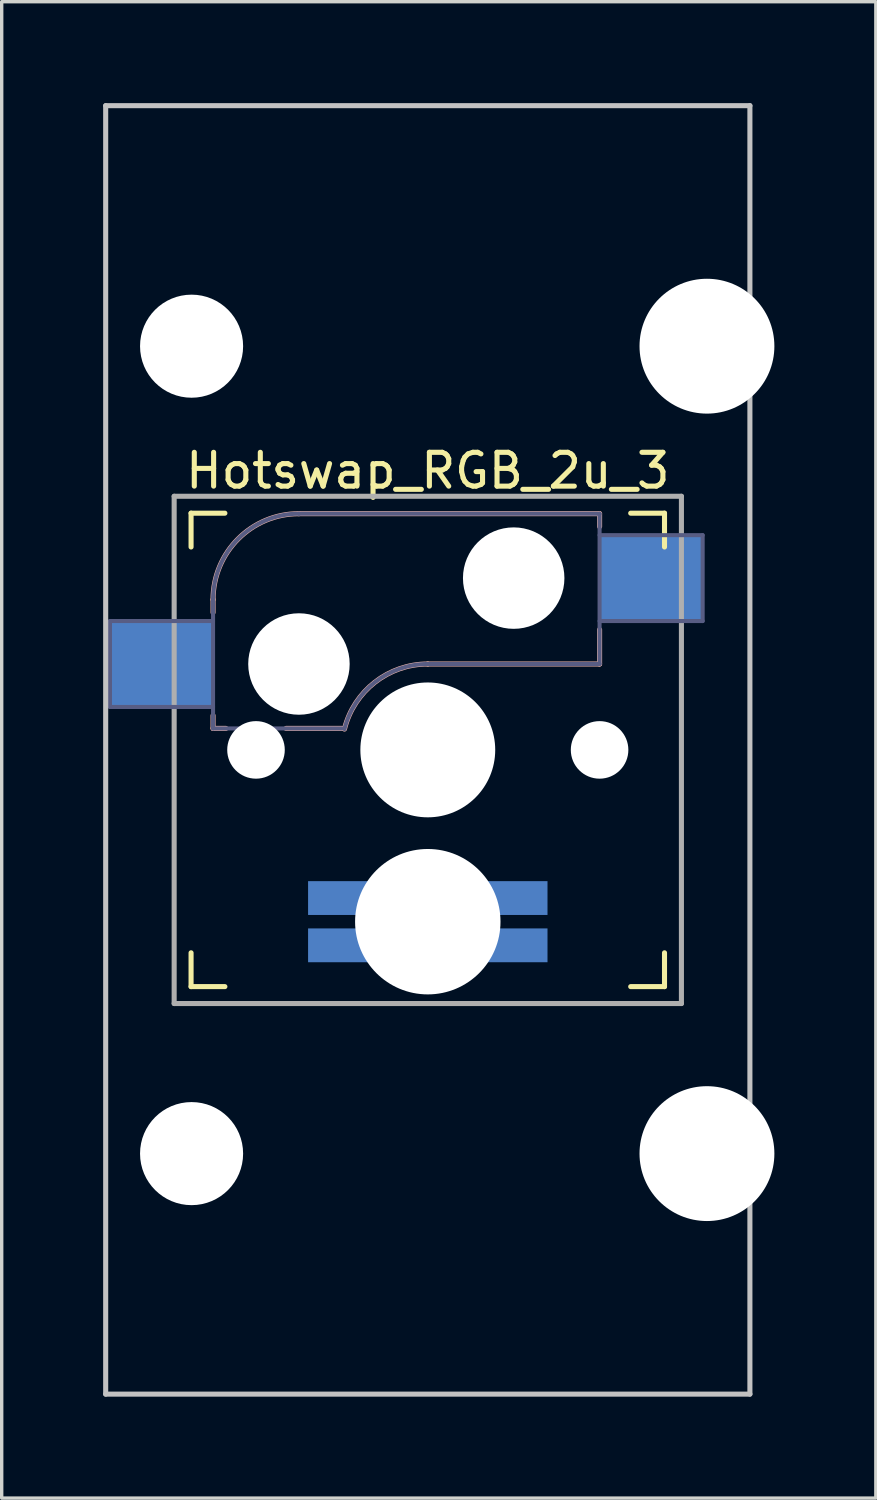
<source format=kicad_pcb>
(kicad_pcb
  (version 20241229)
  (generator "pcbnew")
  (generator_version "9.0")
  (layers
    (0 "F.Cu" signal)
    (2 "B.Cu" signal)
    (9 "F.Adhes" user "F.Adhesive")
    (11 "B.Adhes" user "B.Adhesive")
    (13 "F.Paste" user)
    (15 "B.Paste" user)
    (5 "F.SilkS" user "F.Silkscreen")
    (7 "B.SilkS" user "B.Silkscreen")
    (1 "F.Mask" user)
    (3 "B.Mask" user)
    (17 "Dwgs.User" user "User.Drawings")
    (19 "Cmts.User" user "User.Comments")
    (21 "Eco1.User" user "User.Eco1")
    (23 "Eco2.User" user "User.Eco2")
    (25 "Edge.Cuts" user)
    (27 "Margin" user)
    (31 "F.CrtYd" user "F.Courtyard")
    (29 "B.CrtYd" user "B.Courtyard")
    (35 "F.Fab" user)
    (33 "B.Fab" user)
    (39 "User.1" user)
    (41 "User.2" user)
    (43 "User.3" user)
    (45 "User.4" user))
  (footprint "Hotswap_RGB_2u_3"
    (layer "F.Cu")
    (at 9.6 19.125)
    (property "Reference" "Hotswap_RGB_2u_3" (at 0 -8.255 0) (layer "F.SilkS") (effects (font (size 1 1) (thickness 0.15))))
    (attr through_hole)
    (fp_line (start -7 -6) (end -7 -7) (stroke (width 0.15) (type solid)) (layer "F.SilkS"))
    (fp_line (start -7 7) (end -7 6) (stroke (width 0.15) (type solid)) (layer "F.SilkS"))
    (fp_line (start -7 7) (end -6 7) (stroke (width 0.15) (type solid)) (layer "F.SilkS"))
    (fp_line (start -6 -7) (end -7 -7) (stroke (width 0.15) (type solid)) (layer "F.SilkS"))
    (fp_line (start 6 7) (end 7 7) (stroke (width 0.15) (type solid)) (layer "F.SilkS"))
    (fp_line (start 7 -7) (end 6 -7) (stroke (width 0.15) (type solid)) (layer "F.SilkS"))
    (fp_line (start 7 -7) (end 7 -6) (stroke (width 0.15) (type solid)) (layer "F.SilkS"))
    (fp_line (start 7 6) (end 7 7) (stroke (width 0.15) (type solid)) (layer "F.SilkS"))
    (fp_line (start -6.35 -4.445) (end -6.35 -4.064) (stroke (width 0.15) (type solid)) (layer "B.SilkS"))
    (fp_line (start -6.35 -1.016) (end -6.35 -0.635) (stroke (width 0.15) (type solid)) (layer "B.SilkS"))
    (fp_line (start -6.35 -0.635) (end -5.969 -0.635) (stroke (width 0.15) (type solid)) (layer "B.SilkS"))
    (fp_line (start -4.191 -0.635) (end -2.54 -0.635) (stroke (width 0.15) (type solid)) (layer "B.SilkS"))
    (fp_line (start 0 -2.54) (end 5.08 -2.54) (stroke (width 0.15) (type solid)) (layer "B.SilkS"))
    (fp_line (start 5.08 -6.985) (end -3.81 -6.985) (stroke (width 0.15) (type solid)) (layer "B.SilkS"))
    (fp_line (start 5.08 -6.604) (end 5.08 -6.985) (stroke (width 0.15) (type solid)) (layer "B.SilkS"))
    (fp_line (start 5.08 -2.54) (end 5.08 -3.556) (stroke (width 0.15) (type solid)) (layer "B.SilkS"))
    (fp_arc (start -6.35 -4.445) (mid -5.606051 -6.241051) (end -3.81 -6.985) (stroke (width 0.15) (type solid)) (layer "B.SilkS"))
    (fp_arc (start -2.464162 -0.61604) (mid -1.563147 -2.002042) (end 0 -2.54) (stroke (width 0.15) (type solid)) (layer "B.SilkS"))
    (fp_line (start -9.525 -19.05) (end 9.525 -19.05) (stroke (width 0.15) (type solid)) (layer "Dwgs.User"))
    (fp_line (start -9.525 19.05) (end -9.525 -19.05) (stroke (width 0.15) (type solid)) (layer "Dwgs.User"))
    (fp_line (start 9.525 19.05) (end -9.525 19.05) (stroke (width 0.15) (type solid)) (layer "Dwgs.User"))
    (fp_line (start 9.525 19.05) (end 9.525 -19.05) (stroke (width 0.15) (type solid)) (layer "Dwgs.User"))
    (fp_line (start -6.9 6.9) (end -6.9 -6.9) (stroke (width 0.15) (type solid)) (layer "Eco2.User"))
    (fp_line (start -6.9 6.9) (end 6.9 6.9) (stroke (width 0.15) (type solid)) (layer "Eco2.User"))
    (fp_line (start -5.334 -13.589) (end -5.334 -10.287) (stroke (width 0.152) (type solid)) (layer "Eco2.User"))
    (fp_line (start -5.334 -10.287) (end 6.096 -10.287) (stroke (width 0.152) (type solid)) (layer "Eco2.User"))
    (fp_line (start -5.334 10.287) (end -5.334 13.589) (stroke (width 0.152) (type solid)) (layer "Eco2.User"))
    (fp_line (start -5.334 13.589) (end 6.096 13.589) (stroke (width 0.152) (type solid)) (layer "Eco2.User"))
    (fp_line (start 6.096 -13.589) (end -5.334 -13.589) (stroke (width 0.152) (type solid)) (layer "Eco2.User"))
    (fp_line (start 6.096 -10.287) (end 6.096 -13.589) (stroke (width 0.152) (type solid)) (layer "Eco2.User"))
    (fp_line (start 6.096 10.287) (end -5.334 10.287) (stroke (width 0.152) (type solid)) (layer "Eco2.User"))
    (fp_line (start 6.096 13.589) (end 6.096 10.287) (stroke (width 0.152) (type solid)) (layer "Eco2.User"))
    (fp_line (start 6.9 -6.9) (end -6.9 -6.9) (stroke (width 0.15) (type solid)) (layer "Eco2.User"))
    (fp_line (start 6.9 -6.9) (end 6.9 6.9) (stroke (width 0.15) (type solid)) (layer "Eco2.User"))
    (fp_line (start -9.398 -3.81) (end -9.398 -1.27) (stroke (width 0.12) (type solid)) (layer "B.Fab"))
    (fp_line (start -9.398 -1.27) (end -6.35 -1.27) (stroke (width 0.12) (type solid)) (layer "B.Fab"))
    (fp_line (start -6.35 -4.445) (end -6.35 -0.635) (stroke (width 0.12) (type solid)) (layer "B.Fab"))
    (fp_line (start -6.35 -3.81) (end -9.398 -3.81) (stroke (width 0.12) (type solid)) (layer "B.Fab"))
    (fp_line (start -6.35 -0.635) (end -2.54 -0.635) (stroke (width 0.12) (type solid)) (layer "B.Fab"))
    (fp_line (start 0 -2.54) (end 5.08 -2.54) (stroke (width 0.12) (type solid)) (layer "B.Fab"))
    (fp_line (start 5.08 -6.985) (end -3.81 -6.985) (stroke (width 0.12) (type solid)) (layer "B.Fab"))
    (fp_line (start 5.08 -3.81) (end 8.128 -3.81) (stroke (width 0.12) (type solid)) (layer "B.Fab"))
    (fp_line (start 5.08 -2.54) (end 5.08 -6.985) (stroke (width 0.12) (type solid)) (layer "B.Fab"))
    (fp_line (start 8.128 -6.35) (end 5.08 -6.35) (stroke (width 0.12) (type solid)) (layer "B.Fab"))
    (fp_line (start 8.128 -3.81) (end 8.128 -6.35) (stroke (width 0.12) (type solid)) (layer "B.Fab"))
    (fp_arc (start -6.35 -4.445) (mid -5.606051 -6.241051) (end -3.81 -6.985) (stroke (width 0.12) (type solid)) (layer "B.Fab"))
    (fp_arc (start -2.464162 -0.61604) (mid -1.563147 -2.002042) (end 0 -2.54) (stroke (width 0.12) (type solid)) (layer "B.Fab"))
    (fp_line (start -7.5 -7.5) (end 7.5 -7.5) (stroke (width 0.15) (type solid)) (layer "F.Fab"))
    (fp_line (start -7.5 7.5) (end -7.5 -7.5) (stroke (width 0.15) (type solid)) (layer "F.Fab"))
    (fp_line (start 7.5 -7.5) (end 7.5 7.5) (stroke (width 0.15) (type solid)) (layer "F.Fab"))
    (fp_line (start 7.5 7.5) (end -7.5 7.5) (stroke (width 0.15) (type solid)) (layer "F.Fab"))
    (pad "" np_thru_hole circle (at -6.985 -11.938 90) (size 3.048 3.048) (drill 3.048) (layers "*.Cu" "*.Mask"))
    (pad "" np_thru_hole circle (at -6.985 11.938 90) (size 3.048 3.048) (drill 3.048) (layers "*.Cu" "*.Mask"))
    (pad "" np_thru_hole circle (at -5.08 0 180) (size 1.702 1.702) (drill 1.702) (layers "*.Cu" "*.Mask"))
    (pad "" np_thru_hole circle (at -3.81 -2.54 180) (size 3 3) (drill 3) (layers "*.Cu" "*.Mask"))
    (pad "" np_thru_hole circle (at 0 0 180) (size 3.988 3.988) (drill 3.988) (layers "*.Cu" "*.Mask"))
    (pad "" np_thru_hole circle (at 0 5.08 180) (size 4.3 4.3) (drill 4.3) (layers "*.Cu" "*.Mask"))
    (pad "" np_thru_hole circle (at 2.54 -5.08 180) (size 3 3) (drill 3) (layers "*.Cu" "*.Mask"))
    (pad "" np_thru_hole circle (at 5.08 0 180) (size 1.702 1.702) (drill 1.702) (layers "*.Cu" "*.Mask"))
    (pad "" np_thru_hole circle (at 8.255 -11.938 90) (size 3.988 3.988) (drill 3.988) (layers "*.Cu" "*.Mask"))
    (pad "" np_thru_hole circle (at 8.255 11.938 90) (size 3.988 3.988) (drill 3.988) (layers "*.Cu" "*.Mask"))
    (pad "1" smd rect (at -7.874 -2.54 180) (size 3 2.5) (layers "B.Cu"))
    (pad "2" smd rect (at 6.604 -5.08 180) (size 3 2.5) (layers "B.Cu"))
    (pad "A" smd rect (at -2.54 4.381 270) (size 1 2) (layers "B.Cu"))
    (pad "B" smd rect (at -2.54 5.779 270) (size 1 2) (layers "B.Cu"))
    (pad "G" smd rect (at 2.54 5.779 270) (size 1 2) (layers "B.Cu"))
    (pad "R" smd rect (at 2.54 4.381 270) (size 1 2) (layers "B.Cu")))
  (gr_rect
    (start -3 -3)
    (end 22.849 41.25)
    (stroke (width 0.1) (type default))
    (fill no)
    (layer "Edge.Cuts")))
</source>
